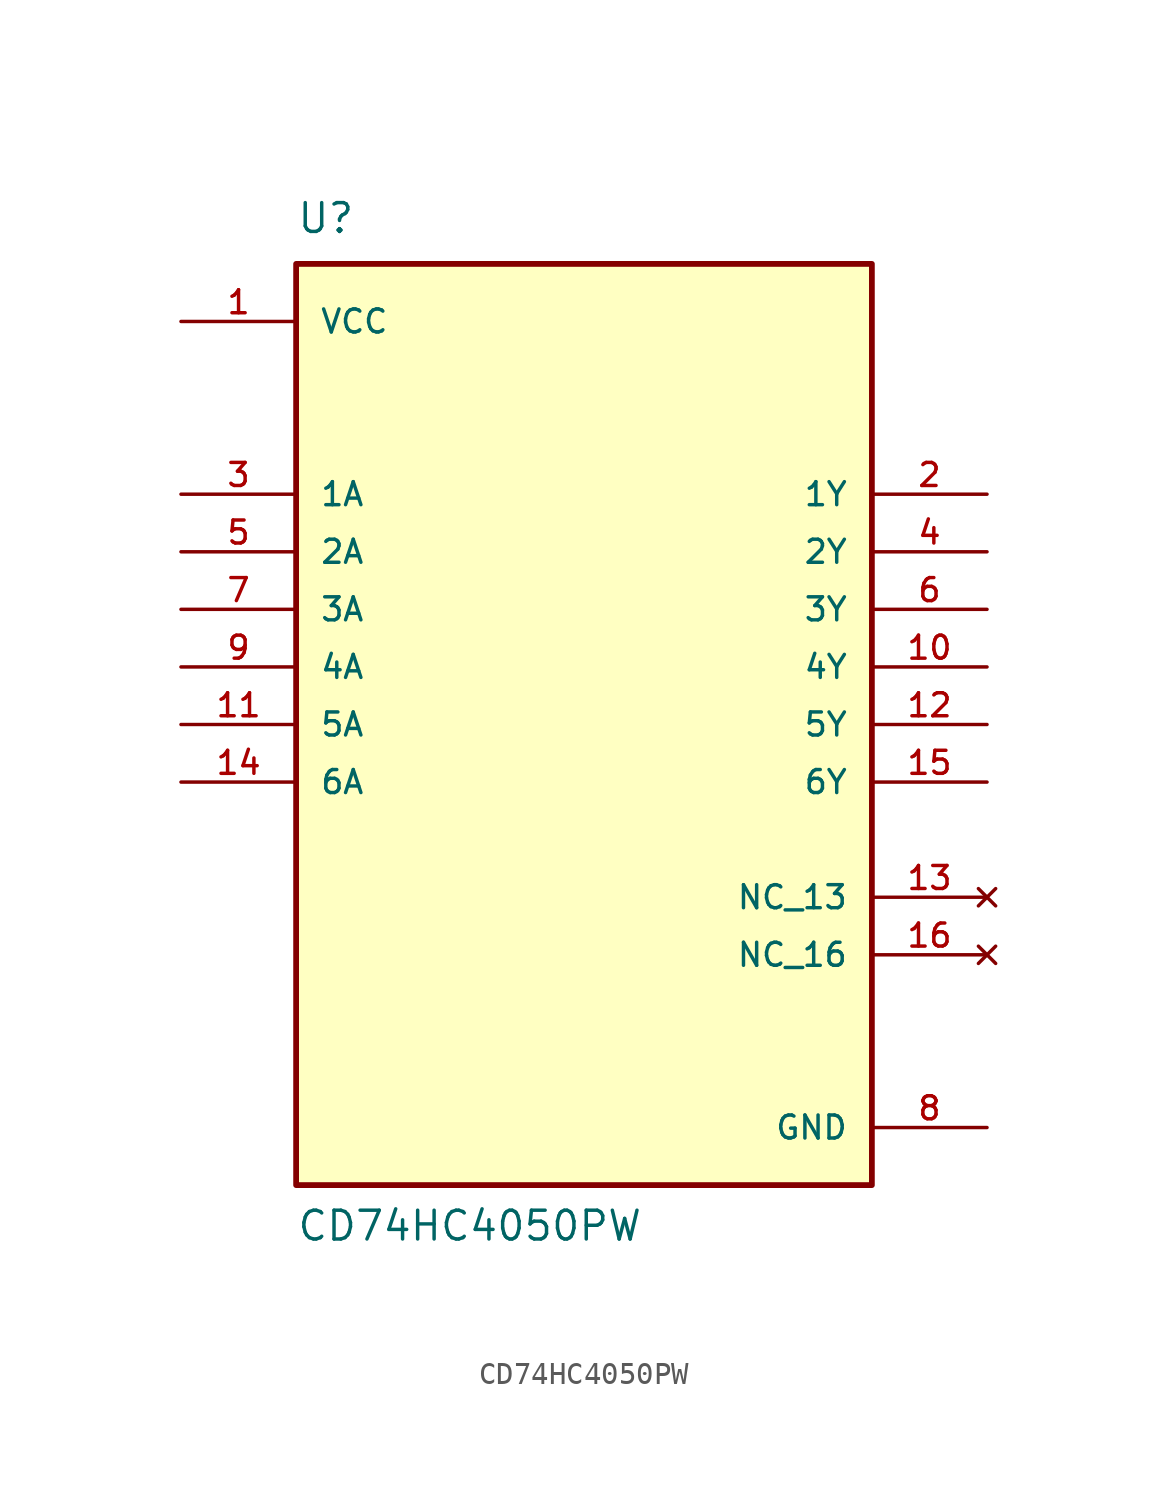
<source format=kicad_sym>
(kicad_symbol_lib
  (version 20211014)
  (generator kicad_symbol_editor)
  (symbol "CD74HC4050PW"
    (pin_names
      (offset 1.016))
    (property "Reference" "U"
      (at -12.7 21.59 0.0)
      (effects (font (size 1.27 1.27)) (justify bottom left)))
    (property "Value" "CD74HC4050PW"
      (at -12.7 -22.86 0.0)
      (effects (font (size 1.27 1.27)) (justify bottom left)))
    (symbol "CD74HC4050PW_0_0"
      (rectangle (start -12.7 -20.32) (end 12.7 20.32) (stroke (width 0.254)) (fill (type background)))
      (pin input line (at -17.78 10.16 0) (length 5.08) (name "1A" (effects (font (size 1.016 1.016)))) (number "3" (effects (font (size 1.016 1.016)))))
      (pin output line (at 17.78 10.16 180.0) (length 5.08) (name "1Y" (effects (font (size 1.016 1.016)))) (number "2" (effects (font (size 1.016 1.016)))))
      (pin input line (at -17.78 7.62 0) (length 5.08) (name "2A" (effects (font (size 1.016 1.016)))) (number "5" (effects (font (size 1.016 1.016)))))
      (pin output line (at 17.78 7.62 180.0) (length 5.08) (name "2Y" (effects (font (size 1.016 1.016)))) (number "4" (effects (font (size 1.016 1.016)))))
      (pin input line (at -17.78 5.08 0) (length 5.08) (name "3A" (effects (font (size 1.016 1.016)))) (number "7" (effects (font (size 1.016 1.016)))))
      (pin output line (at 17.78 5.08 180.0) (length 5.08) (name "3Y" (effects (font (size 1.016 1.016)))) (number "6" (effects (font (size 1.016 1.016)))))
      (pin input line (at -17.78 2.54 0) (length 5.08) (name "4A" (effects (font (size 1.016 1.016)))) (number "9" (effects (font (size 1.016 1.016)))))
      (pin output line (at 17.78 2.54 180.0) (length 5.08) (name "4Y" (effects (font (size 1.016 1.016)))) (number "10" (effects (font (size 1.016 1.016)))))
      (pin output line (at 17.78 0.0 180.0) (length 5.08) (name "5Y" (effects (font (size 1.016 1.016)))) (number "12" (effects (font (size 1.016 1.016)))))
      (pin input line (at -17.78 -2.54 0) (length 5.08) (name "6A" (effects (font (size 1.016 1.016)))) (number "14" (effects (font (size 1.016 1.016)))))
      (pin output line (at 17.78 -2.54 180.0) (length 5.08) (name "6Y" (effects (font (size 1.016 1.016)))) (number "15" (effects (font (size 1.016 1.016)))))
      (pin power_in line (at -17.78 17.78 0) (length 5.08) (name "VCC" (effects (font (size 1.016 1.016)))) (number "1" (effects (font (size 1.016 1.016)))))
      (pin power_in line (at 17.78 -17.78 180.0) (length 5.08) (name "GND" (effects (font (size 1.016 1.016)))) (number "8" (effects (font (size 1.016 1.016)))))
      (pin input line (at -17.78 0.0 0) (length 5.08) (name "5A" (effects (font (size 1.016 1.016)))) (number "11" (effects (font (size 1.016 1.016)))))
      (pin no_connect line (at 17.78 -7.62 180.0) (length 5.08) (name "NC_13" (effects (font (size 1.016 1.016)))) (number "13" (effects (font (size 1.016 1.016)))))
      (pin no_connect line (at 17.78 -10.16 180.0) (length 5.08) (name "NC_16" (effects (font (size 1.016 1.016)))) (number "16" (effects (font (size 1.016 1.016))))))))
</source>
